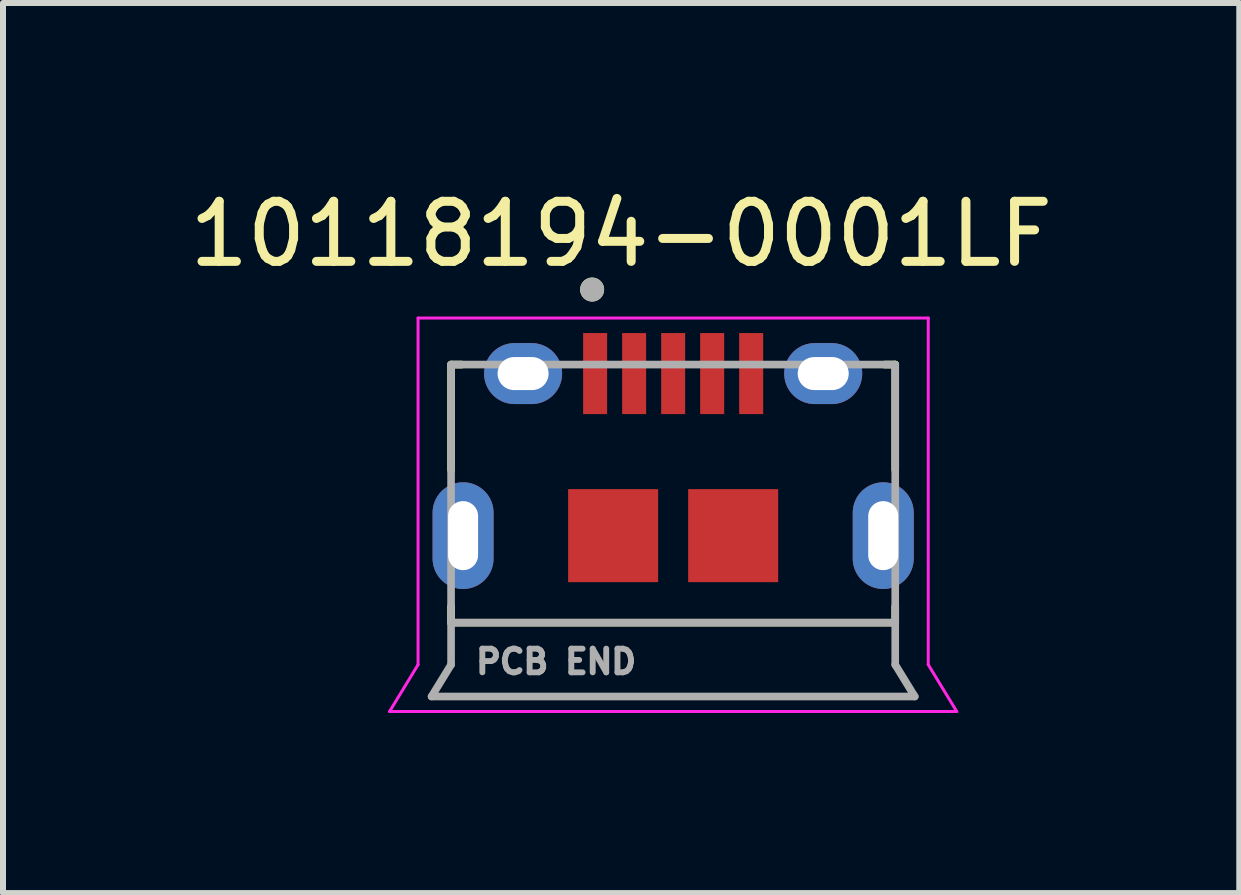
<source format=kicad_pcb>
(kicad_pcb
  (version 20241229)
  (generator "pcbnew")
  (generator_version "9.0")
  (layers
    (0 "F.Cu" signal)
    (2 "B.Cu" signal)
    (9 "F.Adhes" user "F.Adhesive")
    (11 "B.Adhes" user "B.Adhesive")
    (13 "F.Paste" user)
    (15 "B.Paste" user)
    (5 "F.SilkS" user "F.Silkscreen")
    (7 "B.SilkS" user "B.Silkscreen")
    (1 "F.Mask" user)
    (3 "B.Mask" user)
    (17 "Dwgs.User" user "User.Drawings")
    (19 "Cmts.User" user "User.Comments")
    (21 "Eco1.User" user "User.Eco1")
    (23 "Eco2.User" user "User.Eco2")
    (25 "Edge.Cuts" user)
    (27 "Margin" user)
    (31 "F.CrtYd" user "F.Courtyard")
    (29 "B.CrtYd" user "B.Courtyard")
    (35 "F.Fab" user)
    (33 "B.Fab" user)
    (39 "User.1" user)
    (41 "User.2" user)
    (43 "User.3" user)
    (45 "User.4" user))
  (footprint "10118194-0001LF"
    (layer "F.Cu")
    (at 8.165 5.874)
    (property "Reference" "10118194-0001LF" (at -0.866 -5.025 0) (layer "F.SilkS") (effects (font (size 1.001 1.001) (thickness 0.15))))
    (attr smd)
    (fp_line (start -3.7 -2.85) (end -3.7 -1.095) (stroke (width 0.127) (type solid)) (layer "F.SilkS"))
    (fp_line (start -3.7 -2.85) (end -3.52 -2.85) (stroke (width 0.127) (type solid)) (layer "F.SilkS"))
    (fp_line (start -3.7 1.45) (end -3.7 1.18) (stroke (width 0.127) (type solid)) (layer "F.SilkS"))
    (fp_line (start -3.7 1.45) (end 3.7 1.45) (stroke (width 0.127) (type solid)) (layer "F.SilkS"))
    (fp_line (start 3.7 -2.85) (end 3.52 -2.85) (stroke (width 0.127) (type solid)) (layer "F.SilkS"))
    (fp_line (start 3.7 -2.85) (end 3.7 -1.095) (stroke (width 0.127) (type solid)) (layer "F.SilkS"))
    (fp_line (start 3.7 1.18) (end 3.7 1.45) (stroke (width 0.127) (type solid)) (layer "F.SilkS"))
    (fp_circle (center -1.35 -4.1) (end -1.25 -4.1) (stroke (width 0.2) (type solid)) (fill no) (layer "F.SilkS"))
    (fp_line (start -3.5 -0.77) (end -3.5 -0.6) (stroke (width 0.0001) (type solid)) (layer "F.Paste"))
    (fp_line (start 3.5 0.77) (end 3.5 0.6) (stroke (width 0.0001) (type solid)) (layer "F.Paste"))
    (fp_line (start -4.725 2.93) (end -4.25 2.15) (stroke (width 0.05) (type solid)) (layer "F.CrtYd"))
    (fp_line (start -4.25 -3.625) (end 4.25 -3.625) (stroke (width 0.05) (type solid)) (layer "F.CrtYd"))
    (fp_line (start -4.25 2.15) (end -4.25 -3.625) (stroke (width 0.05) (type solid)) (layer "F.CrtYd"))
    (fp_line (start 4.25 2.15) (end 4.25 -3.625) (stroke (width 0.05) (type solid)) (layer "F.CrtYd"))
    (fp_line (start 4.725 2.93) (end -4.725 2.93) (stroke (width 0.05) (type solid)) (layer "F.CrtYd"))
    (fp_line (start 4.725 2.93) (end 4.25 2.15) (stroke (width 0.05) (type solid)) (layer "F.CrtYd"))
    (fp_line (start -4.025 2.68) (end 4.025 2.68) (stroke (width 0.127) (type solid)) (layer "F.Fab"))
    (fp_line (start -3.7 -2.85) (end -3.7 1.45) (stroke (width 0.127) (type solid)) (layer "F.Fab"))
    (fp_line (start -3.7 -2.85) (end 3.7 -2.85) (stroke (width 0.127) (type solid)) (layer "F.Fab"))
    (fp_line (start -3.7 1.45) (end -3.7 2.15) (stroke (width 0.127) (type solid)) (layer "F.Fab"))
    (fp_line (start -3.7 1.45) (end 3.7 1.45) (stroke (width 0.127) (type solid)) (layer "F.Fab"))
    (fp_line (start -3.7 2.15) (end -4.025 2.68) (stroke (width 0.127) (type solid)) (layer "F.Fab"))
    (fp_line (start 3.7 1.45) (end 3.7 -2.85) (stroke (width 0.127) (type solid)) (layer "F.Fab"))
    (fp_line (start 3.7 2.15) (end 3.7 1.45) (stroke (width 0.127) (type solid)) (layer "F.Fab"))
    (fp_line (start 4.025 2.68) (end 3.7 2.15) (stroke (width 0.127) (type solid)) (layer "F.Fab"))
    (fp_circle (center -1.35 -4.1) (end -1.25 -4.1) (stroke (width 0.2) (type solid)) (fill no) (layer "F.Fab"))
    (fp_text user "PCB END" (at -1.95 2.1 0) (layer "F.Fab") (effects (font (size 0.394 0.394) (thickness 0.098))))
    (pad "1" smd rect (at -1.3 -2.7) (size 0.4 1.35) (layers "F.Cu" "F.Mask" "F.Paste"))
    (pad "2" smd rect (at -0.65 -2.7) (size 0.4 1.35) (layers "F.Cu" "F.Mask" "F.Paste"))
    (pad "3" smd rect (at 0 -2.7) (size 0.4 1.35) (layers "F.Cu" "F.Mask" "F.Paste"))
    (pad "4" smd rect (at 0.65 -2.7) (size 0.4 1.35) (layers "F.Cu" "F.Mask" "F.Paste"))
    (pad "5" smd rect (at 1.3 -2.7) (size 0.4 1.35) (layers "F.Cu" "F.Mask" "F.Paste"))
    (pad "S1" thru_hole oval (at -2.5 -2.7) (size 1.3 1.016) (drill oval 0.85 0.55) (layers "*.Cu" "*.Mask"))
    (pad "S1" smd rect (at -1 0) (size 1.5 1.55) (layers "F.Cu" "F.Mask" "F.Paste"))
    (pad "S1" smd rect (at 1 0) (size 1.5 1.55) (layers "F.Cu" "F.Mask" "F.Paste"))
    (pad "S1" thru_hole oval (at 2.5 -2.7) (size 1.3 1.016) (drill oval 0.85 0.55) (layers "*.Cu" "*.Mask"))
    (pad "S2" thru_hole oval (at -3.5 0) (size 1.016 1.778) (drill oval 0.5 1.15) (layers "*.Cu" "*.Mask"))
    (pad "S2" thru_hole oval (at 3.5 0) (size 1.016 1.778) (drill oval 0.5 1.15) (layers "*.Cu" "*.Mask")))
  (gr_rect
    (start -3 -3)
    (end 17.597 11.829)
    (stroke (width 0.1) (type default))
    (fill no)
    (layer "Edge.Cuts")))
</source>
